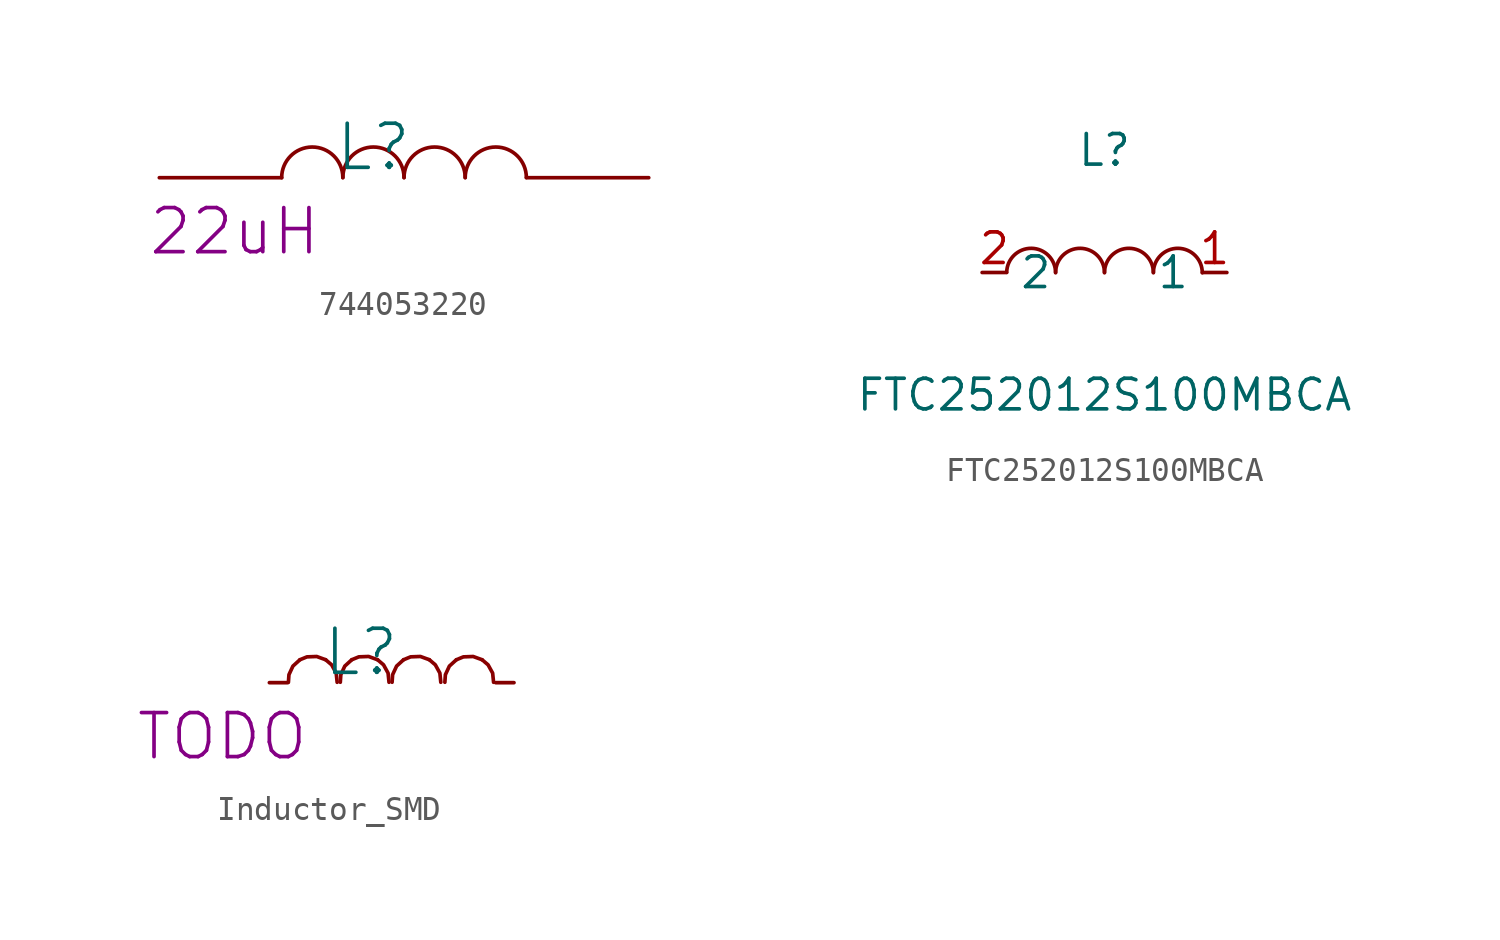
<source format=kicad_sym>
(kicad_symbol_lib
  (version 20241209)
  (generator "kicad_symbol_editor")
  (generator_version "9.0")
  (symbol "744053220"
    (pin_numbers
      (hide yes))
    (pin_names
      (hide yes))
    (property "Reference" "L"
      (at -1.27 1.27 0)
      (effects (font (size 1.829 1.829))))
    (property "Value" "${VALUE}"
      (at -1.27 -3.81 0)
      (effects (font (size 1.829 1.829)) (justify left bottom) (hide yes)))
    (property "ALTIUM_VALUE" "22uH"
      (at -10.668 -3.302 0)
      (effects (font (size 1.829 1.829)) (justify left bottom)))
    (symbol "744053220_1_0"
      (arc (start -5.08 0) (mid -3.8138 1.27) (end -2.54 0.0077) (stroke (width 0) (type solid)) (fill (type none)))
      (arc (start -2.54 0) (mid -1.2738 1.27) (end 0 0.0077) (stroke (width 0) (type solid)) (fill (type none)))
      (arc (start 0 0) (mid 1.2662 1.27) (end 2.54 0.0077) (stroke (width 0) (type solid)) (fill (type none)))
      (arc (start 2.54 0) (mid 3.8062 1.27) (end 5.08 0.0077) (stroke (width 0) (type solid)) (fill (type none)))
      (pin passive line (at -10.16 0 0) (length 5.08) (name "1" (effects (font (size 1.27 1.27)))) (number "1" (effects (font (size 1.27 1.27)))))
      (pin passive line (at 10.16 0 180) (length 5.08) (name "2" (effects (font (size 1.27 1.27)))) (number "2" (effects (font (size 1.27 1.27)))))))
  (symbol "FTC252012S100MBCA"
    (property "Reference" "L"
      (at 0 5.08 0)
      (effects (font (size 1.27 1.27))))
    (property "Value" "FTC252012S100MBCA"
      (at 0 -5.08 0)
      (effects (font (size 1.27 1.27))))
    (symbol "FTC252012S100MBCA_0_1"
      (arc (start -4.06 0.01) (mid -3.035 1.013) (end -2.03 -0.01) (stroke (width 0) (type default)) (fill (type none)))
      (arc (start -2.03 0.01) (mid -1.005 1.013) (end 0 -0.01) (stroke (width 0) (type default)) (fill (type none)))
      (arc (start 0 0.01) (mid 1.025 1.013) (end 2.03 -0.01) (stroke (width 0) (type default)) (fill (type none)))
      (arc (start 2.03 0.01) (mid 3.055 1.013) (end 4.06 -0.01) (stroke (width 0) (type default)) (fill (type none)))
      (pin unspecified line (at -5.08 0 0) (length 1.016) (name "2" (effects (font (size 1.27 1.27)))) (number "2" (effects (font (size 1.27 1.27)))))
      (pin unspecified line (at 5.08 0 180) (length 1.016) (name "1" (effects (font (size 1.27 1.27)))) (number "1" (effects (font (size 1.27 1.27)))))))
  (symbol "Inductor_SMD"
    (pin_numbers
      (hide yes))
    (pin_names
      (hide yes))
    (property "Reference" "L"
      (at -1.27 1.27 0)
      (effects (font (size 1.829 1.829))))
    (property "Value" "${VALUE}"
      (at -1.27 -3.81 0)
      (effects (font (size 1.829 1.829)) (justify left bottom) (hide yes)))
    (property "ALTIUM_VALUE" "TODO"
      (at -10.668 -3.302 0)
      (effects (font (size 1.829 1.829)) (justify left bottom)))
    (symbol "Inductor_SMD_1_0"
      (bezier (pts (xy -3.812 0.952) (xy -4.14 0.754) (xy -4.324 0.392) (xy -4.289 0.017)) (stroke (width 0) (type solid) (color 136 0 0 1)) (fill (type none)))
      (bezier (pts (xy -2.741 0.951) (xy -3.069 1.149) (xy -3.484 1.15) (xy -3.812 0.952)) (stroke (width 0) (type solid) (color 136 0 0 1)) (fill (type none)))
      (bezier (pts (xy -2.265 0.016) (xy -2.229 0.39) (xy -2.413 0.753) (xy -2.741 0.951)) (stroke (width 0) (type solid) (color 136 0 0 1)) (fill (type none)))
      (bezier (pts (xy -1.657 0.953) (xy -1.985 0.755) (xy -2.169 0.393) (xy -2.134 0.018)) (stroke (width 0) (type solid) (color 136 0 0 1)) (fill (type none)))
      (bezier (pts (xy -0.586 0.952) (xy -0.914 1.15) (xy -1.329 1.151) (xy -1.657 0.953)) (stroke (width 0) (type solid) (color 136 0 0 1)) (fill (type none)))
      (bezier (pts (xy -0.111 0.017) (xy -0.074 0.391) (xy -0.259 0.754) (xy -0.586 0.952)) (stroke (width 0) (type solid) (color 136 0 0 1)) (fill (type none)))
      (bezier (pts (xy 0.494 0.953) (xy 0.166 0.755) (xy -0.018 0.393) (xy 0.017 0.018)) (stroke (width 0) (type solid) (color 136 0 0 1)) (fill (type none)))
      (bezier (pts (xy 1.565 0.952) (xy 1.237 1.15) (xy 0.822 1.151) (xy 0.494 0.953)) (stroke (width 0) (type solid) (color 136 0 0 1)) (fill (type none)))
      (bezier (pts (xy 2.04 0.017) (xy 2.077 0.391) (xy 1.892 0.754) (xy 1.565 0.952)) (stroke (width 0) (type solid) (color 136 0 0 1)) (fill (type none)))
      (bezier (pts (xy 2.686 0.952) (xy 2.358 0.754) (xy 2.174 0.392) (xy 2.209 0.017)) (stroke (width 0) (type solid) (color 136 0 0 1)) (fill (type none)))
      (bezier (pts (xy 3.757 0.951) (xy 3.429 1.149) (xy 3.014 1.15) (xy 2.686 0.952)) (stroke (width 0) (type solid) (color 136 0 0 1)) (fill (type none)))
      (bezier (pts (xy 4.232 0.016) (xy 4.269 0.39) (xy 4.084 0.753) (xy 3.757 0.951)) (stroke (width 0) (type solid) (color 136 0 0 1)) (fill (type none)))
      (pin passive line (at -5.08 0 0) (length 0.762) (name "1" (effects (font (size 1.27 1.27)))) (number "1" (effects (font (size 1.27 1.27)))))
      (pin passive line (at 5.08 0 180) (length 0.762) (name "2" (effects (font (size 1.27 1.27)))) (number "2" (effects (font (size 1.27 1.27))))))))
</source>
